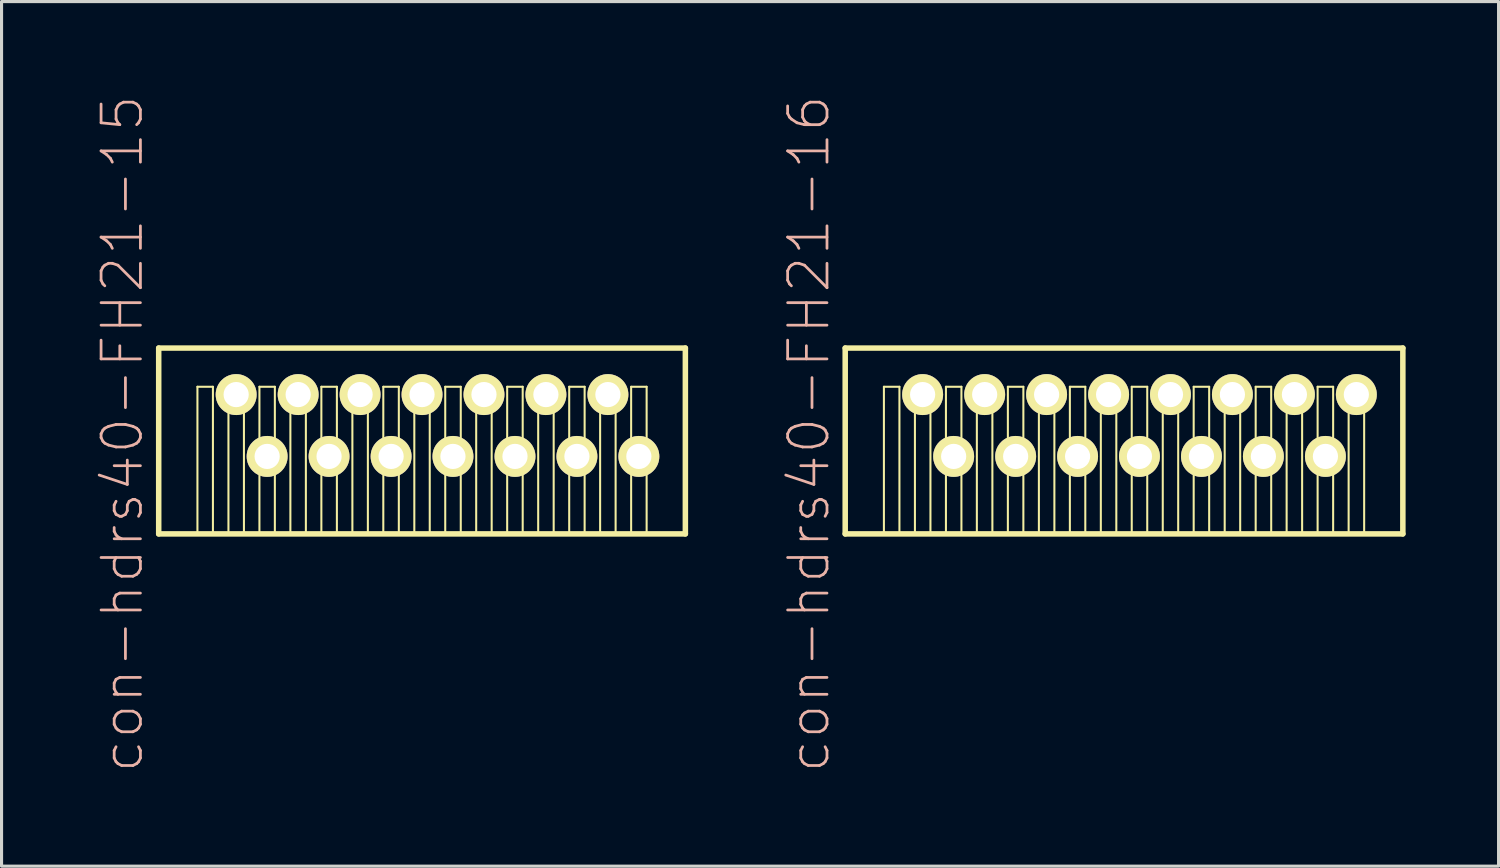
<source format=kicad_pcb>
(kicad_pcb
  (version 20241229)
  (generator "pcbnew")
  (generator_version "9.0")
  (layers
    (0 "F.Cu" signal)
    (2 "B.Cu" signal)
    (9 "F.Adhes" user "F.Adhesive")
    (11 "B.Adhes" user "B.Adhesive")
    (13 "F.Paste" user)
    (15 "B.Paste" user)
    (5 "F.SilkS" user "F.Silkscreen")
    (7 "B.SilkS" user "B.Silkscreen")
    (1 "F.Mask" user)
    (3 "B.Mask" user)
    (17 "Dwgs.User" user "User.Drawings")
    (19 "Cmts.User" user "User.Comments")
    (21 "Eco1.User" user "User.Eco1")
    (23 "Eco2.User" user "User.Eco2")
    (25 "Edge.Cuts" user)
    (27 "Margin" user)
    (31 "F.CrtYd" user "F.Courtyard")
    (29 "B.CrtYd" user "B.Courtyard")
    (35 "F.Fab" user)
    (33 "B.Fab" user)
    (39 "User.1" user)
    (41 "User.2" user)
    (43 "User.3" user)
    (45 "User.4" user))
  (footprint "con-hdrs40-FH21-15"
    (layer "F.Cu")
    (at 10.571 10.683)
    (property "Reference" "con-hdrs40-FH21-15" (at -9.672 0.269 90) (layer "B.SilkS") (effects (font (size 1.27 1.27) (thickness 0.089))))
    (attr exclude_from_pos_files exclude_from_bom)
    (fp_line (start -8.499 -2.499) (end 8.499 -2.499) (stroke (width 0.178) (type solid)) (layer "F.SilkS"))
    (fp_line (start -8.499 3.498) (end -8.499 -2.499) (stroke (width 0.178) (type solid)) (layer "F.SilkS"))
    (fp_line (start -7.249 -1.25) (end -6.749 -1.25) (stroke (width 0.066) (type solid)) (layer "F.SilkS"))
    (fp_line (start -7.249 3.498) (end -7.249 -1.25) (stroke (width 0.066) (type solid)) (layer "F.SilkS"))
    (fp_line (start -7.249 3.498) (end -6.749 3.498) (stroke (width 0.066) (type solid)) (layer "F.SilkS"))
    (fp_line (start -6.749 3.498) (end -6.749 -1.25) (stroke (width 0.066) (type solid)) (layer "F.SilkS"))
    (fp_line (start -6.248 -1.25) (end -5.748 -1.25) (stroke (width 0.066) (type solid)) (layer "F.SilkS"))
    (fp_line (start -6.248 3.498) (end -6.248 -1.25) (stroke (width 0.066) (type solid)) (layer "F.SilkS"))
    (fp_line (start -6.248 3.498) (end -5.748 3.498) (stroke (width 0.066) (type solid)) (layer "F.SilkS"))
    (fp_line (start -5.748 3.498) (end -5.748 -1.25) (stroke (width 0.066) (type solid)) (layer "F.SilkS"))
    (fp_line (start -5.248 -1.25) (end -4.75 -1.25) (stroke (width 0.066) (type solid)) (layer "F.SilkS"))
    (fp_line (start -5.248 3.498) (end -5.248 -1.25) (stroke (width 0.066) (type solid)) (layer "F.SilkS"))
    (fp_line (start -5.248 3.498) (end -4.75 3.498) (stroke (width 0.066) (type solid)) (layer "F.SilkS"))
    (fp_line (start -4.75 3.498) (end -4.75 -1.25) (stroke (width 0.066) (type solid)) (layer "F.SilkS"))
    (fp_line (start -4.249 -1.25) (end -3.749 -1.25) (stroke (width 0.066) (type solid)) (layer "F.SilkS"))
    (fp_line (start -4.249 3.498) (end -4.249 -1.25) (stroke (width 0.066) (type solid)) (layer "F.SilkS"))
    (fp_line (start -4.249 3.498) (end -3.749 3.498) (stroke (width 0.066) (type solid)) (layer "F.SilkS"))
    (fp_line (start -3.749 3.498) (end -3.749 -1.25) (stroke (width 0.066) (type solid)) (layer "F.SilkS"))
    (fp_line (start -3.249 -1.25) (end -2.748 -1.25) (stroke (width 0.066) (type solid)) (layer "F.SilkS"))
    (fp_line (start -3.249 3.498) (end -3.249 -1.25) (stroke (width 0.066) (type solid)) (layer "F.SilkS"))
    (fp_line (start -3.249 3.498) (end -2.748 3.498) (stroke (width 0.066) (type solid)) (layer "F.SilkS"))
    (fp_line (start -2.748 3.498) (end -2.748 -1.25) (stroke (width 0.066) (type solid)) (layer "F.SilkS"))
    (fp_line (start -2.248 -1.25) (end -1.748 -1.25) (stroke (width 0.066) (type solid)) (layer "F.SilkS"))
    (fp_line (start -2.248 3.498) (end -2.248 -1.25) (stroke (width 0.066) (type solid)) (layer "F.SilkS"))
    (fp_line (start -2.248 3.498) (end -1.748 3.498) (stroke (width 0.066) (type solid)) (layer "F.SilkS"))
    (fp_line (start -1.748 3.498) (end -1.748 -1.25) (stroke (width 0.066) (type solid)) (layer "F.SilkS"))
    (fp_line (start -1.25 -1.25) (end -0.749 -1.25) (stroke (width 0.066) (type solid)) (layer "F.SilkS"))
    (fp_line (start -1.25 3.498) (end -1.25 -1.25) (stroke (width 0.066) (type solid)) (layer "F.SilkS"))
    (fp_line (start -1.25 3.498) (end -0.749 3.498) (stroke (width 0.066) (type solid)) (layer "F.SilkS"))
    (fp_line (start -0.749 3.498) (end -0.749 -1.25) (stroke (width 0.066) (type solid)) (layer "F.SilkS"))
    (fp_line (start -0.249 -1.25) (end 0.249 -1.25) (stroke (width 0.066) (type solid)) (layer "F.SilkS"))
    (fp_line (start -0.249 3.498) (end -0.249 -1.25) (stroke (width 0.066) (type solid)) (layer "F.SilkS"))
    (fp_line (start -0.249 3.498) (end 0.249 3.498) (stroke (width 0.066) (type solid)) (layer "F.SilkS"))
    (fp_line (start 0.249 3.498) (end 0.249 -1.25) (stroke (width 0.066) (type solid)) (layer "F.SilkS"))
    (fp_line (start 0.749 -1.25) (end 1.25 -1.25) (stroke (width 0.066) (type solid)) (layer "F.SilkS"))
    (fp_line (start 0.749 3.498) (end 0.749 -1.25) (stroke (width 0.066) (type solid)) (layer "F.SilkS"))
    (fp_line (start 0.749 3.498) (end 1.25 3.498) (stroke (width 0.066) (type solid)) (layer "F.SilkS"))
    (fp_line (start 1.25 3.498) (end 1.25 -1.25) (stroke (width 0.066) (type solid)) (layer "F.SilkS"))
    (fp_line (start 1.748 -1.25) (end 2.248 -1.25) (stroke (width 0.066) (type solid)) (layer "F.SilkS"))
    (fp_line (start 1.748 3.498) (end 1.748 -1.25) (stroke (width 0.066) (type solid)) (layer "F.SilkS"))
    (fp_line (start 1.748 3.498) (end 2.248 3.498) (stroke (width 0.066) (type solid)) (layer "F.SilkS"))
    (fp_line (start 2.248 3.498) (end 2.248 -1.25) (stroke (width 0.066) (type solid)) (layer "F.SilkS"))
    (fp_line (start 2.748 -1.25) (end 3.249 -1.25) (stroke (width 0.066) (type solid)) (layer "F.SilkS"))
    (fp_line (start 2.748 3.498) (end 2.748 -1.25) (stroke (width 0.066) (type solid)) (layer "F.SilkS"))
    (fp_line (start 2.748 3.498) (end 3.249 3.498) (stroke (width 0.066) (type solid)) (layer "F.SilkS"))
    (fp_line (start 3.249 3.498) (end 3.249 -1.25) (stroke (width 0.066) (type solid)) (layer "F.SilkS"))
    (fp_line (start 3.749 -1.25) (end 4.249 -1.25) (stroke (width 0.066) (type solid)) (layer "F.SilkS"))
    (fp_line (start 3.749 3.498) (end 3.749 -1.25) (stroke (width 0.066) (type solid)) (layer "F.SilkS"))
    (fp_line (start 3.749 3.498) (end 4.249 3.498) (stroke (width 0.066) (type solid)) (layer "F.SilkS"))
    (fp_line (start 4.249 3.498) (end 4.249 -1.25) (stroke (width 0.066) (type solid)) (layer "F.SilkS"))
    (fp_line (start 4.75 -1.25) (end 5.248 -1.25) (stroke (width 0.066) (type solid)) (layer "F.SilkS"))
    (fp_line (start 4.75 3.498) (end 4.75 -1.25) (stroke (width 0.066) (type solid)) (layer "F.SilkS"))
    (fp_line (start 4.75 3.498) (end 5.248 3.498) (stroke (width 0.066) (type solid)) (layer "F.SilkS"))
    (fp_line (start 5.248 3.498) (end 5.248 -1.25) (stroke (width 0.066) (type solid)) (layer "F.SilkS"))
    (fp_line (start 5.748 -1.25) (end 6.248 -1.25) (stroke (width 0.066) (type solid)) (layer "F.SilkS"))
    (fp_line (start 5.748 3.498) (end 5.748 -1.25) (stroke (width 0.066) (type solid)) (layer "F.SilkS"))
    (fp_line (start 5.748 3.498) (end 6.248 3.498) (stroke (width 0.066) (type solid)) (layer "F.SilkS"))
    (fp_line (start 6.248 3.498) (end 6.248 -1.25) (stroke (width 0.066) (type solid)) (layer "F.SilkS"))
    (fp_line (start 6.749 -1.25) (end 7.249 -1.25) (stroke (width 0.066) (type solid)) (layer "F.SilkS"))
    (fp_line (start 6.749 3.498) (end 6.749 -1.25) (stroke (width 0.066) (type solid)) (layer "F.SilkS"))
    (fp_line (start 6.749 3.498) (end 7.249 3.498) (stroke (width 0.066) (type solid)) (layer "F.SilkS"))
    (fp_line (start 7.249 3.498) (end 7.249 -1.25) (stroke (width 0.066) (type solid)) (layer "F.SilkS"))
    (fp_line (start 8.499 -2.499) (end 8.499 3.498) (stroke (width 0.178) (type solid)) (layer "F.SilkS"))
    (fp_line (start 8.499 3.498) (end -8.499 3.498) (stroke (width 0.178) (type solid)) (layer "F.SilkS"))
    (pad "1" thru_hole rect (at -6.998 0.998) (size 0.001 0.001) (drill 0.813) (layers "*.Cu" "F.Mask" "F.SilkS" "F.Paste"))
    (pad "2" thru_hole circle (at -5.999 -0.998) (size 1.321 1.321) (drill 0.813) (layers "*.Cu" "F.Mask" "F.SilkS" "F.Paste"))
    (pad "3" thru_hole circle (at -4.999 0.998) (size 1.321 1.321) (drill 0.813) (layers "*.Cu" "F.Mask" "F.SilkS" "F.Paste"))
    (pad "4" thru_hole circle (at -3.998 -0.998) (size 1.321 1.321) (drill 0.813) (layers "*.Cu" "F.Mask" "F.SilkS" "F.Paste"))
    (pad "5" thru_hole circle (at -3 0.998) (size 1.321 1.321) (drill 0.813) (layers "*.Cu" "F.Mask" "F.SilkS" "F.Paste"))
    (pad "6" thru_hole circle (at -1.999 -0.998) (size 1.321 1.321) (drill 0.813) (layers "*.Cu" "F.Mask" "F.SilkS" "F.Paste"))
    (pad "7" thru_hole circle (at -0.998 0.998) (size 1.321 1.321) (drill 0.813) (layers "*.Cu" "F.Mask" "F.SilkS" "F.Paste"))
    (pad "8" thru_hole circle (at 0 -0.998) (size 1.321 1.321) (drill 0.813) (layers "*.Cu" "F.Mask" "F.SilkS" "F.Paste"))
    (pad "9" thru_hole circle (at 0.998 0.998) (size 1.321 1.321) (drill 0.813) (layers "*.Cu" "F.Mask" "F.SilkS" "F.Paste"))
    (pad "10" thru_hole circle (at 1.999 -0.998) (size 1.321 1.321) (drill 0.813) (layers "*.Cu" "F.Mask" "F.SilkS" "F.Paste"))
    (pad "11" thru_hole circle (at 3 0.998) (size 1.321 1.321) (drill 0.813) (layers "*.Cu" "F.Mask" "F.SilkS" "F.Paste"))
    (pad "12" thru_hole circle (at 3.998 -0.998) (size 1.321 1.321) (drill 0.813) (layers "*.Cu" "F.Mask" "F.SilkS" "F.Paste"))
    (pad "13" thru_hole circle (at 4.999 0.998) (size 1.321 1.321) (drill 0.813) (layers "*.Cu" "F.Mask" "F.SilkS" "F.Paste"))
    (pad "14" thru_hole circle (at 5.999 -0.998) (size 1.321 1.321) (drill 0.813) (layers "*.Cu" "F.Mask" "F.SilkS" "F.Paste"))
    (pad "15" thru_hole circle (at 6.998 0.998) (size 1.321 1.321) (drill 0.813) (layers "*.Cu" "F.Mask" "F.SilkS" "F.Paste")))
  (footprint "con-hdrs40-FH21-16"
    (layer "F.Cu")
    (at 33.228 10.683)
    (property "Reference" "con-hdrs40-FH21-16" (at -10.17 0.269 90) (layer "B.SilkS") (effects (font (size 1.27 1.27) (thickness 0.089))))
    (attr exclude_from_pos_files exclude_from_bom)
    (fp_line (start -8.999 -2.499) (end 8.999 -2.499) (stroke (width 0.178) (type solid)) (layer "F.SilkS"))
    (fp_line (start -8.999 3.498) (end -8.999 -2.499) (stroke (width 0.178) (type solid)) (layer "F.SilkS"))
    (fp_line (start -7.75 -1.25) (end -7.249 -1.25) (stroke (width 0.066) (type solid)) (layer "F.SilkS"))
    (fp_line (start -7.75 3.498) (end -7.75 -1.25) (stroke (width 0.066) (type solid)) (layer "F.SilkS"))
    (fp_line (start -7.75 3.498) (end -7.249 3.498) (stroke (width 0.066) (type solid)) (layer "F.SilkS"))
    (fp_line (start -7.249 3.498) (end -7.249 -1.25) (stroke (width 0.066) (type solid)) (layer "F.SilkS"))
    (fp_line (start -6.749 -1.25) (end -6.248 -1.25) (stroke (width 0.066) (type solid)) (layer "F.SilkS"))
    (fp_line (start -6.749 3.498) (end -6.749 -1.25) (stroke (width 0.066) (type solid)) (layer "F.SilkS"))
    (fp_line (start -6.749 3.498) (end -6.248 3.498) (stroke (width 0.066) (type solid)) (layer "F.SilkS"))
    (fp_line (start -6.248 3.498) (end -6.248 -1.25) (stroke (width 0.066) (type solid)) (layer "F.SilkS"))
    (fp_line (start -5.748 -1.25) (end -5.248 -1.25) (stroke (width 0.066) (type solid)) (layer "F.SilkS"))
    (fp_line (start -5.748 3.498) (end -5.748 -1.25) (stroke (width 0.066) (type solid)) (layer "F.SilkS"))
    (fp_line (start -5.748 3.498) (end -5.248 3.498) (stroke (width 0.066) (type solid)) (layer "F.SilkS"))
    (fp_line (start -5.248 3.498) (end -5.248 -1.25) (stroke (width 0.066) (type solid)) (layer "F.SilkS"))
    (fp_line (start -4.75 -1.25) (end -4.249 -1.25) (stroke (width 0.066) (type solid)) (layer "F.SilkS"))
    (fp_line (start -4.75 3.498) (end -4.75 -1.25) (stroke (width 0.066) (type solid)) (layer "F.SilkS"))
    (fp_line (start -4.75 3.498) (end -4.249 3.498) (stroke (width 0.066) (type solid)) (layer "F.SilkS"))
    (fp_line (start -4.249 3.498) (end -4.249 -1.25) (stroke (width 0.066) (type solid)) (layer "F.SilkS"))
    (fp_line (start -3.749 -1.25) (end -3.249 -1.25) (stroke (width 0.066) (type solid)) (layer "F.SilkS"))
    (fp_line (start -3.749 3.498) (end -3.749 -1.25) (stroke (width 0.066) (type solid)) (layer "F.SilkS"))
    (fp_line (start -3.749 3.498) (end -3.249 3.498) (stroke (width 0.066) (type solid)) (layer "F.SilkS"))
    (fp_line (start -3.249 3.498) (end -3.249 -1.25) (stroke (width 0.066) (type solid)) (layer "F.SilkS"))
    (fp_line (start -2.748 -1.25) (end -2.248 -1.25) (stroke (width 0.066) (type solid)) (layer "F.SilkS"))
    (fp_line (start -2.748 3.498) (end -2.748 -1.25) (stroke (width 0.066) (type solid)) (layer "F.SilkS"))
    (fp_line (start -2.748 3.498) (end -2.248 3.498) (stroke (width 0.066) (type solid)) (layer "F.SilkS"))
    (fp_line (start -2.248 3.498) (end -2.248 -1.25) (stroke (width 0.066) (type solid)) (layer "F.SilkS"))
    (fp_line (start -1.748 -1.25) (end -1.25 -1.25) (stroke (width 0.066) (type solid)) (layer "F.SilkS"))
    (fp_line (start -1.748 3.498) (end -1.748 -1.25) (stroke (width 0.066) (type solid)) (layer "F.SilkS"))
    (fp_line (start -1.748 3.498) (end -1.25 3.498) (stroke (width 0.066) (type solid)) (layer "F.SilkS"))
    (fp_line (start -1.25 3.498) (end -1.25 -1.25) (stroke (width 0.066) (type solid)) (layer "F.SilkS"))
    (fp_line (start -0.749 -1.25) (end -0.249 -1.25) (stroke (width 0.066) (type solid)) (layer "F.SilkS"))
    (fp_line (start -0.749 3.498) (end -0.749 -1.25) (stroke (width 0.066) (type solid)) (layer "F.SilkS"))
    (fp_line (start -0.749 3.498) (end -0.249 3.498) (stroke (width 0.066) (type solid)) (layer "F.SilkS"))
    (fp_line (start -0.249 3.498) (end -0.249 -1.25) (stroke (width 0.066) (type solid)) (layer "F.SilkS"))
    (fp_line (start 0.249 -1.25) (end 0.749 -1.25) (stroke (width 0.066) (type solid)) (layer "F.SilkS"))
    (fp_line (start 0.249 3.498) (end 0.249 -1.25) (stroke (width 0.066) (type solid)) (layer "F.SilkS"))
    (fp_line (start 0.249 3.498) (end 0.749 3.498) (stroke (width 0.066) (type solid)) (layer "F.SilkS"))
    (fp_line (start 0.749 3.498) (end 0.749 -1.25) (stroke (width 0.066) (type solid)) (layer "F.SilkS"))
    (fp_line (start 1.25 -1.25) (end 1.748 -1.25) (stroke (width 0.066) (type solid)) (layer "F.SilkS"))
    (fp_line (start 1.25 3.498) (end 1.25 -1.25) (stroke (width 0.066) (type solid)) (layer "F.SilkS"))
    (fp_line (start 1.25 3.498) (end 1.748 3.498) (stroke (width 0.066) (type solid)) (layer "F.SilkS"))
    (fp_line (start 1.748 3.498) (end 1.748 -1.25) (stroke (width 0.066) (type solid)) (layer "F.SilkS"))
    (fp_line (start 2.248 -1.25) (end 2.748 -1.25) (stroke (width 0.066) (type solid)) (layer "F.SilkS"))
    (fp_line (start 2.248 3.498) (end 2.248 -1.25) (stroke (width 0.066) (type solid)) (layer "F.SilkS"))
    (fp_line (start 2.248 3.498) (end 2.748 3.498) (stroke (width 0.066) (type solid)) (layer "F.SilkS"))
    (fp_line (start 2.748 3.498) (end 2.748 -1.25) (stroke (width 0.066) (type solid)) (layer "F.SilkS"))
    (fp_line (start 3.249 -1.25) (end 3.749 -1.25) (stroke (width 0.066) (type solid)) (layer "F.SilkS"))
    (fp_line (start 3.249 3.498) (end 3.249 -1.25) (stroke (width 0.066) (type solid)) (layer "F.SilkS"))
    (fp_line (start 3.249 3.498) (end 3.749 3.498) (stroke (width 0.066) (type solid)) (layer "F.SilkS"))
    (fp_line (start 3.749 3.498) (end 3.749 -1.25) (stroke (width 0.066) (type solid)) (layer "F.SilkS"))
    (fp_line (start 4.249 -1.25) (end 4.75 -1.25) (stroke (width 0.066) (type solid)) (layer "F.SilkS"))
    (fp_line (start 4.249 3.498) (end 4.249 -1.25) (stroke (width 0.066) (type solid)) (layer "F.SilkS"))
    (fp_line (start 4.249 3.498) (end 4.75 3.498) (stroke (width 0.066) (type solid)) (layer "F.SilkS"))
    (fp_line (start 4.75 3.498) (end 4.75 -1.25) (stroke (width 0.066) (type solid)) (layer "F.SilkS"))
    (fp_line (start 5.248 -1.25) (end 5.748 -1.25) (stroke (width 0.066) (type solid)) (layer "F.SilkS"))
    (fp_line (start 5.248 3.498) (end 5.248 -1.25) (stroke (width 0.066) (type solid)) (layer "F.SilkS"))
    (fp_line (start 5.248 3.498) (end 5.748 3.498) (stroke (width 0.066) (type solid)) (layer "F.SilkS"))
    (fp_line (start 5.748 3.498) (end 5.748 -1.25) (stroke (width 0.066) (type solid)) (layer "F.SilkS"))
    (fp_line (start 6.248 -1.25) (end 6.749 -1.25) (stroke (width 0.066) (type solid)) (layer "F.SilkS"))
    (fp_line (start 6.248 3.498) (end 6.248 -1.25) (stroke (width 0.066) (type solid)) (layer "F.SilkS"))
    (fp_line (start 6.248 3.498) (end 6.749 3.498) (stroke (width 0.066) (type solid)) (layer "F.SilkS"))
    (fp_line (start 6.749 3.498) (end 6.749 -1.25) (stroke (width 0.066) (type solid)) (layer "F.SilkS"))
    (fp_line (start 7.249 -1.25) (end 7.75 -1.25) (stroke (width 0.066) (type solid)) (layer "F.SilkS"))
    (fp_line (start 7.249 3.498) (end 7.249 -1.25) (stroke (width 0.066) (type solid)) (layer "F.SilkS"))
    (fp_line (start 7.249 3.498) (end 7.75 3.498) (stroke (width 0.066) (type solid)) (layer "F.SilkS"))
    (fp_line (start 7.75 3.498) (end 7.75 -1.25) (stroke (width 0.066) (type solid)) (layer "F.SilkS"))
    (fp_line (start 8.999 -2.499) (end 8.999 3.498) (stroke (width 0.178) (type solid)) (layer "F.SilkS"))
    (fp_line (start 8.999 3.498) (end -8.999 3.498) (stroke (width 0.178) (type solid)) (layer "F.SilkS"))
    (pad "1" thru_hole rect (at -7.498 0.998) (size 0.001 0.001) (drill 0.813) (layers "*.Cu" "F.Mask" "F.SilkS" "F.Paste"))
    (pad "2" thru_hole circle (at -6.5 -0.998) (size 1.321 1.321) (drill 0.813) (layers "*.Cu" "F.Mask" "F.SilkS" "F.Paste"))
    (pad "3" thru_hole circle (at -5.499 0.998) (size 1.321 1.321) (drill 0.813) (layers "*.Cu" "F.Mask" "F.SilkS" "F.Paste"))
    (pad "4" thru_hole circle (at -4.498 -0.998) (size 1.321 1.321) (drill 0.813) (layers "*.Cu" "F.Mask" "F.SilkS" "F.Paste"))
    (pad "5" thru_hole circle (at -3.498 0.998) (size 1.321 1.321) (drill 0.813) (layers "*.Cu" "F.Mask" "F.SilkS" "F.Paste"))
    (pad "6" thru_hole circle (at -2.499 -0.998) (size 1.321 1.321) (drill 0.813) (layers "*.Cu" "F.Mask" "F.SilkS" "F.Paste"))
    (pad "7" thru_hole circle (at -1.499 0.998) (size 1.321 1.321) (drill 0.813) (layers "*.Cu" "F.Mask" "F.SilkS" "F.Paste"))
    (pad "8" thru_hole circle (at -0.498 -0.998) (size 1.321 1.321) (drill 0.813) (layers "*.Cu" "F.Mask" "F.SilkS" "F.Paste"))
    (pad "9" thru_hole circle (at 0.498 0.998) (size 1.321 1.321) (drill 0.813) (layers "*.Cu" "F.Mask" "F.SilkS" "F.Paste"))
    (pad "10" thru_hole circle (at 1.499 -0.998) (size 1.321 1.321) (drill 0.813) (layers "*.Cu" "F.Mask" "F.SilkS" "F.Paste"))
    (pad "11" thru_hole circle (at 2.499 0.998) (size 1.321 1.321) (drill 0.813) (layers "*.Cu" "F.Mask" "F.SilkS" "F.Paste"))
    (pad "12" thru_hole circle (at 3.498 -0.998) (size 1.321 1.321) (drill 0.813) (layers "*.Cu" "F.Mask" "F.SilkS" "F.Paste"))
    (pad "13" thru_hole circle (at 4.498 0.998) (size 1.321 1.321) (drill 0.813) (layers "*.Cu" "F.Mask" "F.SilkS" "F.Paste"))
    (pad "14" thru_hole circle (at 5.499 -0.998) (size 1.321 1.321) (drill 0.813) (layers "*.Cu" "F.Mask" "F.SilkS" "F.Paste"))
    (pad "15" thru_hole circle (at 6.5 0.998) (size 1.321 1.321) (drill 0.813) (layers "*.Cu" "F.Mask" "F.SilkS" "F.Paste"))
    (pad "16" thru_hole circle (at 7.498 -0.998) (size 1.321 1.321) (drill 0.813) (layers "*.Cu" "F.Mask" "F.SilkS" "F.Paste")))
  (gr_rect
    (start -3 -3)
    (end 45.316 24.905)
    (stroke (width 0.1) (type default))
    (fill no)
    (layer "Edge.Cuts")))
</source>
